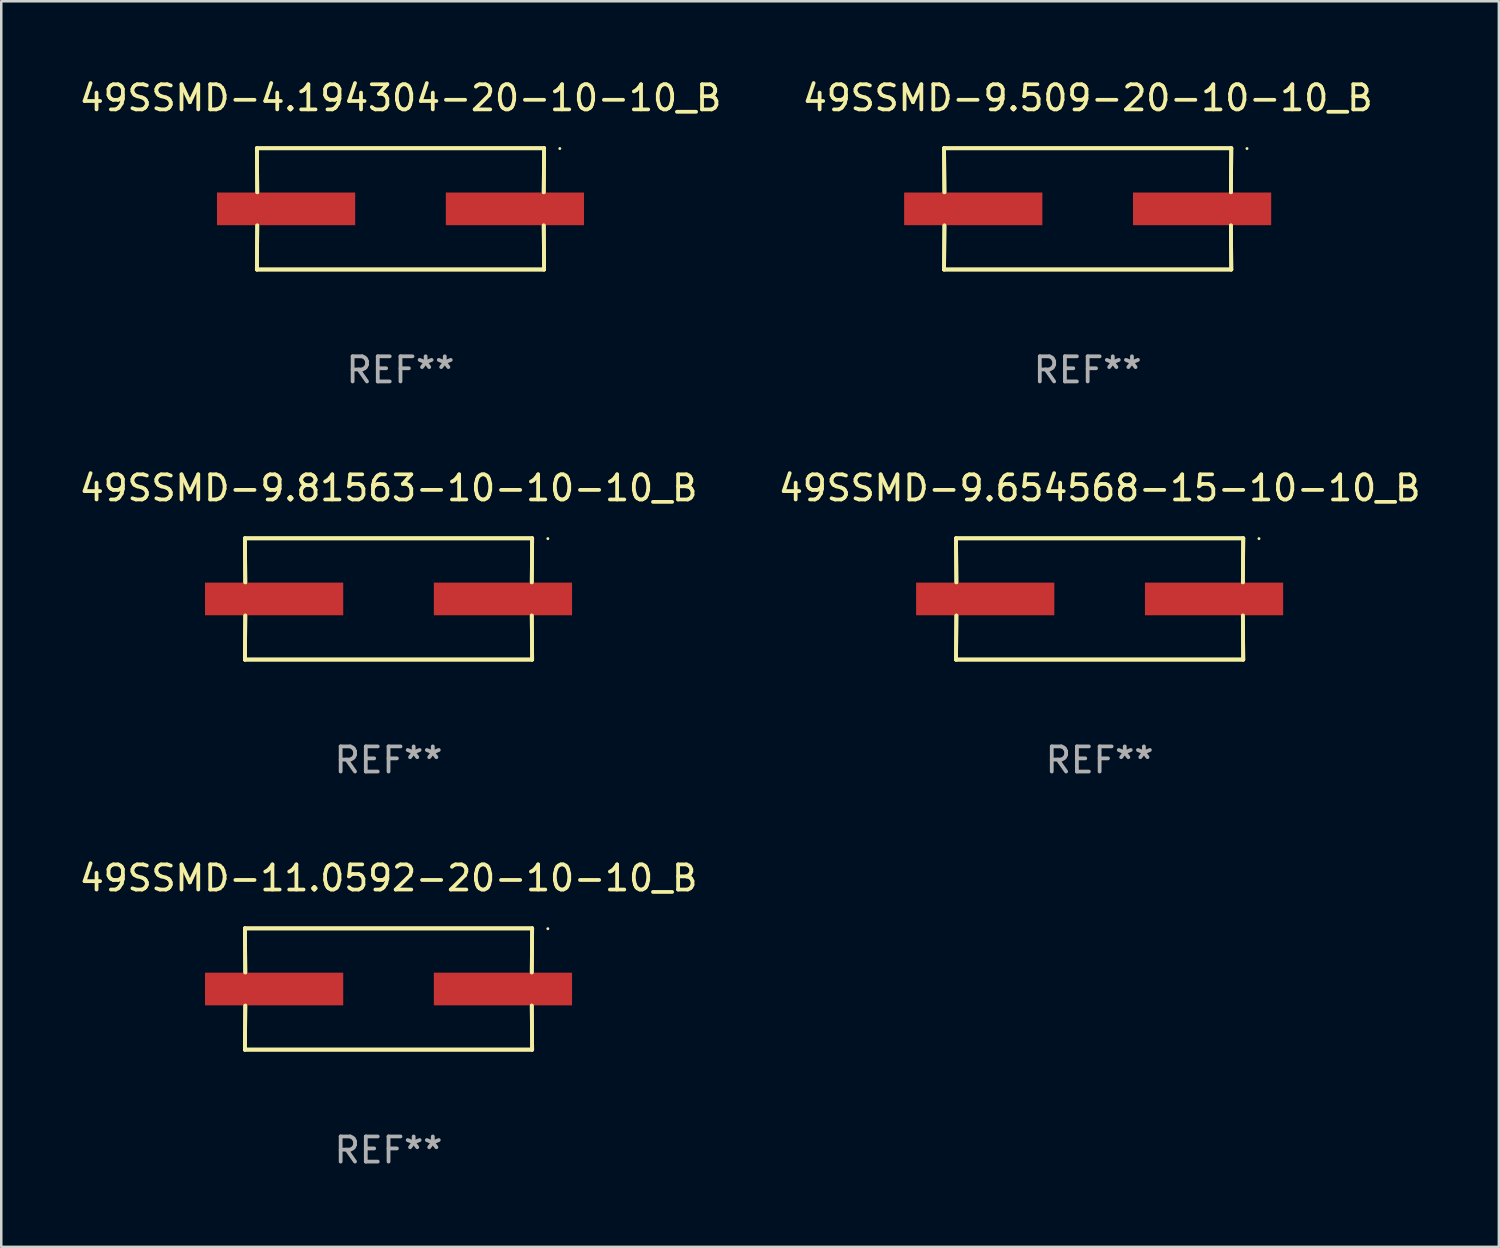
<source format=kicad_pcb>
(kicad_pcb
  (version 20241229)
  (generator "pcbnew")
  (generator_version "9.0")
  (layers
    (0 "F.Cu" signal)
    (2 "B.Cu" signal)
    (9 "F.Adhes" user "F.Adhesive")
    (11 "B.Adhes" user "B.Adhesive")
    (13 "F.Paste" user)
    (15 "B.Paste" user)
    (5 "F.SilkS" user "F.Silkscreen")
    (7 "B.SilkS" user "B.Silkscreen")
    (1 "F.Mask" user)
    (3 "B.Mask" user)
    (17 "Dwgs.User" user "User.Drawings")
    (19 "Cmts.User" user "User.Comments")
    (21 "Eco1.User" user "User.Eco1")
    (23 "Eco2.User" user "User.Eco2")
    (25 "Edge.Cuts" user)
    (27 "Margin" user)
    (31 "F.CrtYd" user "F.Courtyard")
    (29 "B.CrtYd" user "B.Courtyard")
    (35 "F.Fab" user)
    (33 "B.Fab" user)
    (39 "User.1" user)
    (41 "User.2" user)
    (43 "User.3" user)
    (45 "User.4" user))
  (footprint "49SSMD-9.509-20-10-10_B"
    (layer "F.Cu")
    (at 40.232 5.261)
    (property "Reference" "49SSMD-9.509-20-10-10_B" (at 0 -4.413 0) (layer "F.SilkS") (effects (font (size 1 1) (thickness 0.15))))
    (attr through_hole)
    (fp_line (start -5.715 -2.413) (end -5.7 -0.662) (stroke (width 0.152) (type solid)) (layer "F.SilkS"))
    (fp_line (start -5.715 -2.413) (end -5.7 -0.662) (stroke (width 0.152) (type solid)) (layer "F.SilkS"))
    (fp_line (start -5.715 2.413) (end 5.715 2.413) (stroke (width 0.152) (type solid)) (layer "F.SilkS"))
    (fp_line (start -5.715 2.413) (end 5.715 2.413) (stroke (width 0.152) (type solid)) (layer "F.SilkS"))
    (fp_line (start -5.7 0.662) (end -5.715 2.413) (stroke (width 0.152) (type solid)) (layer "F.SilkS"))
    (fp_line (start -5.7 0.662) (end -5.715 2.413) (stroke (width 0.152) (type solid)) (layer "F.SilkS"))
    (fp_line (start 5.7 -0.662) (end 5.715 -2.413) (stroke (width 0.152) (type solid)) (layer "F.SilkS"))
    (fp_line (start 5.7 -0.662) (end 5.715 -2.413) (stroke (width 0.152) (type solid)) (layer "F.SilkS"))
    (fp_line (start 5.715 -2.413) (end -5.715 -2.413) (stroke (width 0.152) (type solid)) (layer "F.SilkS"))
    (fp_line (start 5.715 -2.413) (end -5.715 -2.413) (stroke (width 0.152) (type solid)) (layer "F.SilkS"))
    (fp_line (start 5.715 2.413) (end 5.7 0.662) (stroke (width 0.152) (type solid)) (layer "F.SilkS"))
    (fp_line (start 5.715 2.413) (end 5.7 0.662) (stroke (width 0.152) (type solid)) (layer "F.SilkS"))
    (fp_circle (center 6.34 -2.4) (end 6.37 -2.4) (stroke (width 0.06) (type solid)) (fill no) (layer "F.SilkS"))
    (fp_text user "REF**" (at 0 6.413 0) (layer "F.Fab") (effects (font (size 1 1) (thickness 0.15))))
    (pad "1" smd rect (at 4.553 0) (size 5.5 1.3) (layers "F.Cu" "F.Mask" "F.Paste"))
    (pad "2" smd rect (at -4.553 0) (size 5.5 1.3) (layers "F.Cu" "F.Mask" "F.Paste")))
  (footprint "49SSMD-9.654568-15-10-10_B"
    (layer "F.Cu")
    (at 40.708 20.784)
    (property "Reference" "49SSMD-9.654568-15-10-10_B" (at 0 -4.413 0) (layer "F.SilkS") (effects (font (size 1 1) (thickness 0.15))))
    (attr through_hole)
    (fp_line (start -5.715 -2.413) (end -5.7 -0.662) (stroke (width 0.152) (type solid)) (layer "F.SilkS"))
    (fp_line (start -5.715 -2.413) (end -5.7 -0.662) (stroke (width 0.152) (type solid)) (layer "F.SilkS"))
    (fp_line (start -5.715 2.413) (end 5.715 2.413) (stroke (width 0.152) (type solid)) (layer "F.SilkS"))
    (fp_line (start -5.715 2.413) (end 5.715 2.413) (stroke (width 0.152) (type solid)) (layer "F.SilkS"))
    (fp_line (start -5.7 0.662) (end -5.715 2.413) (stroke (width 0.152) (type solid)) (layer "F.SilkS"))
    (fp_line (start -5.7 0.662) (end -5.715 2.413) (stroke (width 0.152) (type solid)) (layer "F.SilkS"))
    (fp_line (start 5.7 -0.662) (end 5.715 -2.413) (stroke (width 0.152) (type solid)) (layer "F.SilkS"))
    (fp_line (start 5.7 -0.662) (end 5.715 -2.413) (stroke (width 0.152) (type solid)) (layer "F.SilkS"))
    (fp_line (start 5.715 -2.413) (end -5.715 -2.413) (stroke (width 0.152) (type solid)) (layer "F.SilkS"))
    (fp_line (start 5.715 -2.413) (end -5.715 -2.413) (stroke (width 0.152) (type solid)) (layer "F.SilkS"))
    (fp_line (start 5.715 2.413) (end 5.7 0.662) (stroke (width 0.152) (type solid)) (layer "F.SilkS"))
    (fp_line (start 5.715 2.413) (end 5.7 0.662) (stroke (width 0.152) (type solid)) (layer "F.SilkS"))
    (fp_circle (center 6.34 -2.4) (end 6.37 -2.4) (stroke (width 0.06) (type solid)) (fill no) (layer "F.SilkS"))
    (fp_text user "REF**" (at 0 6.413 0) (layer "F.Fab") (effects (font (size 1 1) (thickness 0.15))))
    (pad "1" smd rect (at 4.553 0) (size 5.5 1.3) (layers "F.Cu" "F.Mask" "F.Paste"))
    (pad "2" smd rect (at -4.553 0) (size 5.5 1.3) (layers "F.Cu" "F.Mask" "F.Paste")))
  (footprint "49SSMD-11.0592-20-10-10_B"
    (layer "F.Cu")
    (at 12.411 36.306)
    (property "Reference" "49SSMD-11.0592-20-10-10_B" (at 0 -4.413 0) (layer "F.SilkS") (effects (font (size 1 1) (thickness 0.15))))
    (attr through_hole)
    (fp_line (start -5.715 -2.413) (end -5.7 -0.662) (stroke (width 0.152) (type solid)) (layer "F.SilkS"))
    (fp_line (start -5.715 -2.413) (end -5.7 -0.662) (stroke (width 0.152) (type solid)) (layer "F.SilkS"))
    (fp_line (start -5.715 2.413) (end 5.715 2.413) (stroke (width 0.152) (type solid)) (layer "F.SilkS"))
    (fp_line (start -5.715 2.413) (end 5.715 2.413) (stroke (width 0.152) (type solid)) (layer "F.SilkS"))
    (fp_line (start -5.7 0.662) (end -5.715 2.413) (stroke (width 0.152) (type solid)) (layer "F.SilkS"))
    (fp_line (start -5.7 0.662) (end -5.715 2.413) (stroke (width 0.152) (type solid)) (layer "F.SilkS"))
    (fp_line (start 5.7 -0.662) (end 5.715 -2.413) (stroke (width 0.152) (type solid)) (layer "F.SilkS"))
    (fp_line (start 5.7 -0.662) (end 5.715 -2.413) (stroke (width 0.152) (type solid)) (layer "F.SilkS"))
    (fp_line (start 5.715 -2.413) (end -5.715 -2.413) (stroke (width 0.152) (type solid)) (layer "F.SilkS"))
    (fp_line (start 5.715 -2.413) (end -5.715 -2.413) (stroke (width 0.152) (type solid)) (layer "F.SilkS"))
    (fp_line (start 5.715 2.413) (end 5.7 0.662) (stroke (width 0.152) (type solid)) (layer "F.SilkS"))
    (fp_line (start 5.715 2.413) (end 5.7 0.662) (stroke (width 0.152) (type solid)) (layer "F.SilkS"))
    (fp_circle (center 6.34 -2.4) (end 6.37 -2.4) (stroke (width 0.06) (type solid)) (fill no) (layer "F.SilkS"))
    (fp_text user "REF**" (at 0 6.413 0) (layer "F.Fab") (effects (font (size 1 1) (thickness 0.15))))
    (pad "1" smd rect (at 4.553 0) (size 5.5 1.3) (layers "F.Cu" "F.Mask" "F.Paste"))
    (pad "2" smd rect (at -4.553 0) (size 5.5 1.3) (layers "F.Cu" "F.Mask" "F.Paste")))
  (footprint "49SSMD-9.81563-10-10-10_B"
    (layer "F.Cu")
    (at 12.411 20.784)
    (property "Reference" "49SSMD-9.81563-10-10-10_B" (at 0 -4.413 0) (layer "F.SilkS") (effects (font (size 1 1) (thickness 0.15))))
    (attr through_hole)
    (fp_line (start -5.715 -2.413) (end -5.7 -0.662) (stroke (width 0.152) (type solid)) (layer "F.SilkS"))
    (fp_line (start -5.715 -2.413) (end -5.7 -0.662) (stroke (width 0.152) (type solid)) (layer "F.SilkS"))
    (fp_line (start -5.715 2.413) (end 5.715 2.413) (stroke (width 0.152) (type solid)) (layer "F.SilkS"))
    (fp_line (start -5.715 2.413) (end 5.715 2.413) (stroke (width 0.152) (type solid)) (layer "F.SilkS"))
    (fp_line (start -5.7 0.662) (end -5.715 2.413) (stroke (width 0.152) (type solid)) (layer "F.SilkS"))
    (fp_line (start -5.7 0.662) (end -5.715 2.413) (stroke (width 0.152) (type solid)) (layer "F.SilkS"))
    (fp_line (start 5.7 -0.662) (end 5.715 -2.413) (stroke (width 0.152) (type solid)) (layer "F.SilkS"))
    (fp_line (start 5.7 -0.662) (end 5.715 -2.413) (stroke (width 0.152) (type solid)) (layer "F.SilkS"))
    (fp_line (start 5.715 -2.413) (end -5.715 -2.413) (stroke (width 0.152) (type solid)) (layer "F.SilkS"))
    (fp_line (start 5.715 -2.413) (end -5.715 -2.413) (stroke (width 0.152) (type solid)) (layer "F.SilkS"))
    (fp_line (start 5.715 2.413) (end 5.7 0.662) (stroke (width 0.152) (type solid)) (layer "F.SilkS"))
    (fp_line (start 5.715 2.413) (end 5.7 0.662) (stroke (width 0.152) (type solid)) (layer "F.SilkS"))
    (fp_circle (center 6.34 -2.4) (end 6.37 -2.4) (stroke (width 0.06) (type solid)) (fill no) (layer "F.SilkS"))
    (fp_text user "REF**" (at 0 6.413 0) (layer "F.Fab") (effects (font (size 1 1) (thickness 0.15))))
    (pad "1" smd rect (at 4.553 0) (size 5.5 1.3) (layers "F.Cu" "F.Mask" "F.Paste"))
    (pad "2" smd rect (at -4.553 0) (size 5.5 1.3) (layers "F.Cu" "F.Mask" "F.Paste")))
  (footprint "49SSMD-4.194304-20-10-10_B"
    (layer "F.Cu")
    (at 12.887 5.261)
    (property "Reference" "49SSMD-4.194304-20-10-10_B" (at 0 -4.413 0) (layer "F.SilkS") (effects (font (size 1 1) (thickness 0.15))))
    (attr through_hole)
    (fp_line (start -5.715 -2.413) (end -5.7 -0.662) (stroke (width 0.152) (type solid)) (layer "F.SilkS"))
    (fp_line (start -5.715 -2.413) (end -5.7 -0.662) (stroke (width 0.152) (type solid)) (layer "F.SilkS"))
    (fp_line (start -5.715 2.413) (end 5.715 2.413) (stroke (width 0.152) (type solid)) (layer "F.SilkS"))
    (fp_line (start -5.715 2.413) (end 5.715 2.413) (stroke (width 0.152) (type solid)) (layer "F.SilkS"))
    (fp_line (start -5.7 0.662) (end -5.715 2.413) (stroke (width 0.152) (type solid)) (layer "F.SilkS"))
    (fp_line (start -5.7 0.662) (end -5.715 2.413) (stroke (width 0.152) (type solid)) (layer "F.SilkS"))
    (fp_line (start 5.7 -0.662) (end 5.715 -2.413) (stroke (width 0.152) (type solid)) (layer "F.SilkS"))
    (fp_line (start 5.7 -0.662) (end 5.715 -2.413) (stroke (width 0.152) (type solid)) (layer "F.SilkS"))
    (fp_line (start 5.715 -2.413) (end -5.715 -2.413) (stroke (width 0.152) (type solid)) (layer "F.SilkS"))
    (fp_line (start 5.715 -2.413) (end -5.715 -2.413) (stroke (width 0.152) (type solid)) (layer "F.SilkS"))
    (fp_line (start 5.715 2.413) (end 5.7 0.662) (stroke (width 0.152) (type solid)) (layer "F.SilkS"))
    (fp_line (start 5.715 2.413) (end 5.7 0.662) (stroke (width 0.152) (type solid)) (layer "F.SilkS"))
    (fp_circle (center 6.34 -2.4) (end 6.37 -2.4) (stroke (width 0.06) (type solid)) (fill no) (layer "F.SilkS"))
    (fp_text user "REF**" (at 0 6.413 0) (layer "F.Fab") (effects (font (size 1 1) (thickness 0.15))))
    (pad "1" smd rect (at 4.553 0) (size 5.5 1.3) (layers "F.Cu" "F.Mask" "F.Paste"))
    (pad "2" smd rect (at -4.553 0) (size 5.5 1.3) (layers "F.Cu" "F.Mask" "F.Paste")))
  (gr_rect
    (start -3 -3)
    (end 56.595 46.568)
    (stroke (width 0.1) (type default))
    (fill no)
    (layer "Edge.Cuts")))
</source>
